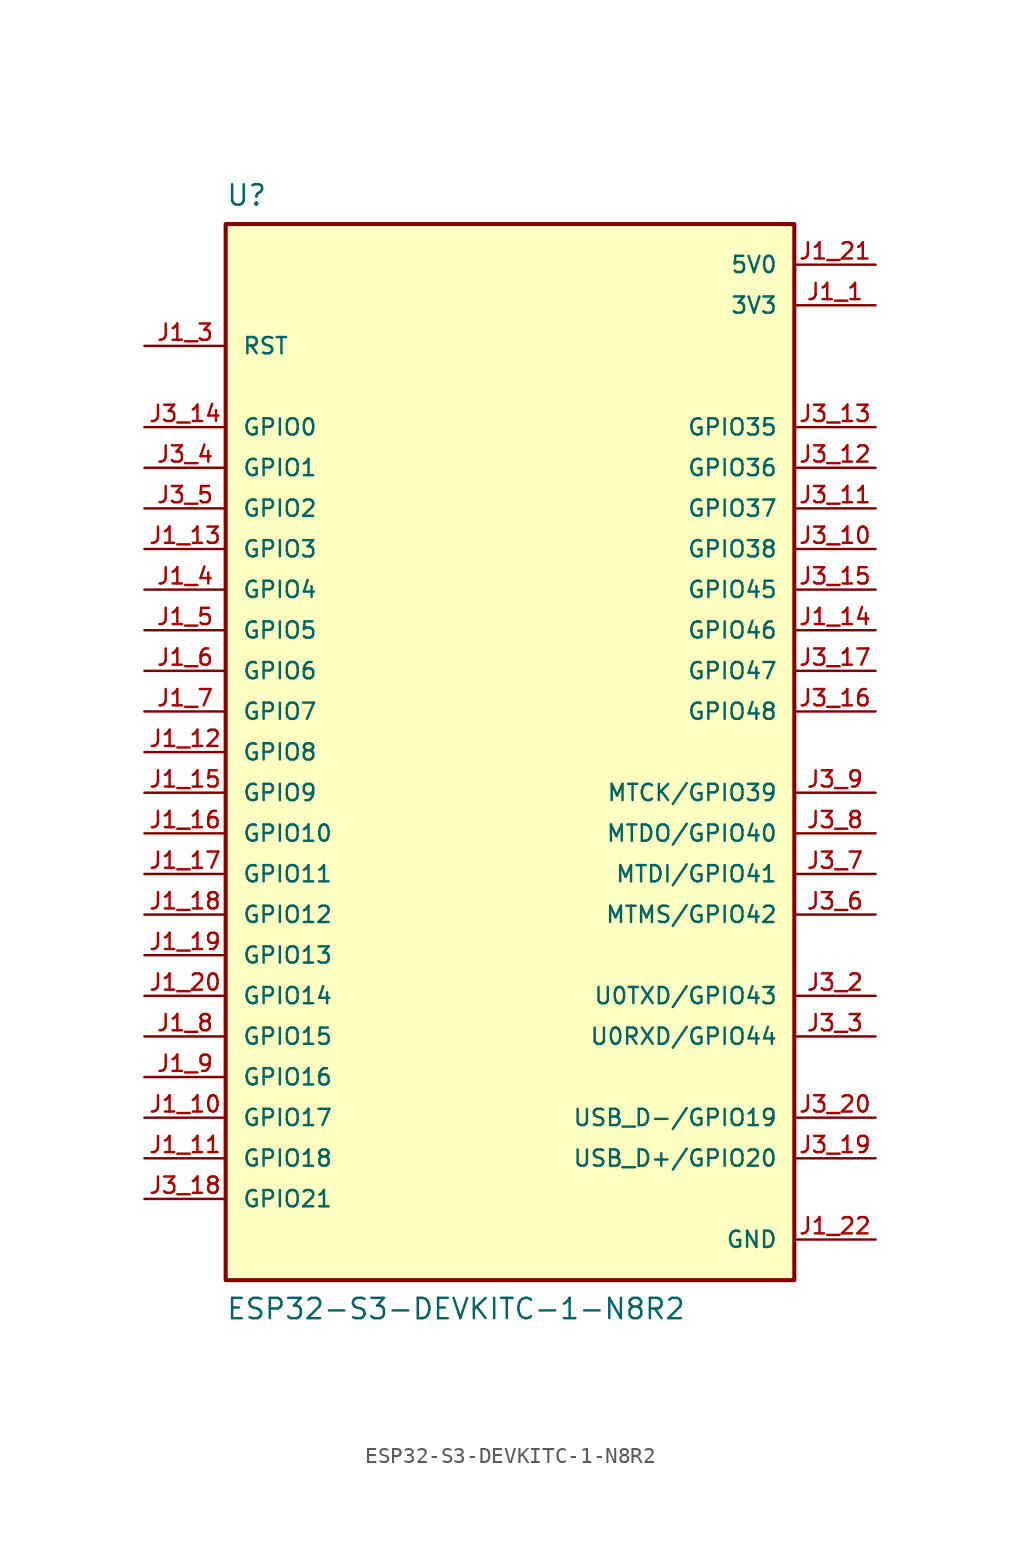
<source format=kicad_sym>
(kicad_symbol_lib
  (version 20241209)
  (generator "kicad_symbol_editor")
  (generator_version "9.0")
  (symbol "ESP32-S3-DEVKITC-1-N8R2"
    (pin_names
      (offset 1.016))
    (property "Reference" "U"
      (at -17.78 35.56 0)
      (effects (font (size 1.27 1.27)) (justify left top)))
    (property "Value" "ESP32-S3-DEVKITC-1-N8R2"
      (at -17.78 -35.56 0)
      (effects (font (size 1.27 1.27)) (justify left bottom)))
    (symbol "ESP32-S3-DEVKITC-1-N8R2_0_0"
      (rectangle (start -17.78 -33.02) (end 17.78 33.02) (stroke (width 0.254) (type default)) (fill (type background)))
      (pin input line (at -22.86 25.4 0) (length 5.08) (name "RST" (effects (font (size 1.016 1.016)))) (number "J1_3" (effects (font (size 1.016 1.016)))))
      (pin bidirectional line (at -22.86 20.32 0) (length 5.08) (name "GPIO0" (effects (font (size 1.016 1.016)))) (number "J3_14" (effects (font (size 1.016 1.016)))))
      (pin bidirectional line (at -22.86 17.78 0) (length 5.08) (name "GPIO1" (effects (font (size 1.016 1.016)))) (number "J3_4" (effects (font (size 1.016 1.016)))))
      (pin bidirectional line (at -22.86 15.24 0) (length 5.08) (name "GPIO2" (effects (font (size 1.016 1.016)))) (number "J3_5" (effects (font (size 1.016 1.016)))))
      (pin bidirectional line (at -22.86 12.7 0) (length 5.08) (name "GPIO3" (effects (font (size 1.016 1.016)))) (number "J1_13" (effects (font (size 1.016 1.016)))))
      (pin bidirectional line (at -22.86 10.16 0) (length 5.08) (name "GPIO4" (effects (font (size 1.016 1.016)))) (number "J1_4" (effects (font (size 1.016 1.016)))))
      (pin bidirectional line (at -22.86 7.62 0) (length 5.08) (name "GPIO5" (effects (font (size 1.016 1.016)))) (number "J1_5" (effects (font (size 1.016 1.016)))))
      (pin bidirectional line (at -22.86 5.08 0) (length 5.08) (name "GPIO6" (effects (font (size 1.016 1.016)))) (number "J1_6" (effects (font (size 1.016 1.016)))))
      (pin bidirectional line (at -22.86 2.54 0) (length 5.08) (name "GPIO7" (effects (font (size 1.016 1.016)))) (number "J1_7" (effects (font (size 1.016 1.016)))))
      (pin bidirectional line (at -22.86 0 0) (length 5.08) (name "GPIO8" (effects (font (size 1.016 1.016)))) (number "J1_12" (effects (font (size 1.016 1.016)))))
      (pin bidirectional line (at -22.86 -2.54 0) (length 5.08) (name "GPIO9" (effects (font (size 1.016 1.016)))) (number "J1_15" (effects (font (size 1.016 1.016)))))
      (pin bidirectional line (at -22.86 -5.08 0) (length 5.08) (name "GPIO10" (effects (font (size 1.016 1.016)))) (number "J1_16" (effects (font (size 1.016 1.016)))))
      (pin bidirectional line (at -22.86 -7.62 0) (length 5.08) (name "GPIO11" (effects (font (size 1.016 1.016)))) (number "J1_17" (effects (font (size 1.016 1.016)))))
      (pin bidirectional line (at -22.86 -10.16 0) (length 5.08) (name "GPIO12" (effects (font (size 1.016 1.016)))) (number "J1_18" (effects (font (size 1.016 1.016)))))
      (pin bidirectional line (at -22.86 -12.7 0) (length 5.08) (name "GPIO13" (effects (font (size 1.016 1.016)))) (number "J1_19" (effects (font (size 1.016 1.016)))))
      (pin bidirectional line (at -22.86 -15.24 0) (length 5.08) (name "GPIO14" (effects (font (size 1.016 1.016)))) (number "J1_20" (effects (font (size 1.016 1.016)))))
      (pin bidirectional line (at -22.86 -17.78 0) (length 5.08) (name "GPIO15" (effects (font (size 1.016 1.016)))) (number "J1_8" (effects (font (size 1.016 1.016)))))
      (pin bidirectional line (at -22.86 -20.32 0) (length 5.08) (name "GPIO16" (effects (font (size 1.016 1.016)))) (number "J1_9" (effects (font (size 1.016 1.016)))))
      (pin bidirectional line (at -22.86 -22.86 0) (length 5.08) (name "GPIO17" (effects (font (size 1.016 1.016)))) (number "J1_10" (effects (font (size 1.016 1.016)))))
      (pin bidirectional line (at -22.86 -25.4 0) (length 5.08) (name "GPIO18" (effects (font (size 1.016 1.016)))) (number "J1_11" (effects (font (size 1.016 1.016)))))
      (pin bidirectional line (at -22.86 -27.94 0) (length 5.08) (name "GPIO21" (effects (font (size 1.016 1.016)))) (number "J3_18" (effects (font (size 1.016 1.016)))))
      (pin power_in line (at 22.86 30.48 180) (length 5.08) (name "5V0" (effects (font (size 1.016 1.016)))) (number "J1_21" (effects (font (size 1.016 1.016)))))
      (pin power_in line (at 22.86 27.94 180) (length 5.08) (name "3V3" (effects (font (size 1.016 1.016)))) (number "J1_1" (effects (font (size 1.016 1.016)))))
      (pin power_in line (at 22.86 27.94 180) (length 5.08) (hide yes) (name "3V3" (effects (font (size 1.016 1.016)))) (number "J1_2" (effects (font (size 1.016 1.016)))))
      (pin bidirectional line (at 22.86 20.32 180) (length 5.08) (name "GPIO35" (effects (font (size 1.016 1.016)))) (number "J3_13" (effects (font (size 1.016 1.016)))))
      (pin bidirectional line (at 22.86 17.78 180) (length 5.08) (name "GPIO36" (effects (font (size 1.016 1.016)))) (number "J3_12" (effects (font (size 1.016 1.016)))))
      (pin bidirectional line (at 22.86 15.24 180) (length 5.08) (name "GPIO37" (effects (font (size 1.016 1.016)))) (number "J3_11" (effects (font (size 1.016 1.016)))))
      (pin bidirectional line (at 22.86 12.7 180) (length 5.08) (name "GPIO38" (effects (font (size 1.016 1.016)))) (number "J3_10" (effects (font (size 1.016 1.016)))))
      (pin bidirectional line (at 22.86 10.16 180) (length 5.08) (name "GPIO45" (effects (font (size 1.016 1.016)))) (number "J3_15" (effects (font (size 1.016 1.016)))))
      (pin bidirectional line (at 22.86 7.62 180) (length 5.08) (name "GPIO46" (effects (font (size 1.016 1.016)))) (number "J1_14" (effects (font (size 1.016 1.016)))))
      (pin bidirectional line (at 22.86 5.08 180) (length 5.08) (name "GPIO47" (effects (font (size 1.016 1.016)))) (number "J3_17" (effects (font (size 1.016 1.016)))))
      (pin bidirectional line (at 22.86 2.54 180) (length 5.08) (name "GPIO48" (effects (font (size 1.016 1.016)))) (number "J3_16" (effects (font (size 1.016 1.016)))))
      (pin bidirectional line (at 22.86 -2.54 180) (length 5.08) (name "MTCK/GPIO39" (effects (font (size 1.016 1.016)))) (number "J3_9" (effects (font (size 1.016 1.016)))))
      (pin bidirectional line (at 22.86 -5.08 180) (length 5.08) (name "MTDO/GPIO40" (effects (font (size 1.016 1.016)))) (number "J3_8" (effects (font (size 1.016 1.016)))))
      (pin bidirectional line (at 22.86 -7.62 180) (length 5.08) (name "MTDI/GPIO41" (effects (font (size 1.016 1.016)))) (number "J3_7" (effects (font (size 1.016 1.016)))))
      (pin bidirectional line (at 22.86 -10.16 180) (length 5.08) (name "MTMS/GPIO42" (effects (font (size 1.016 1.016)))) (number "J3_6" (effects (font (size 1.016 1.016)))))
      (pin bidirectional line (at 22.86 -15.24 180) (length 5.08) (name "U0TXD/GPIO43" (effects (font (size 1.016 1.016)))) (number "J3_2" (effects (font (size 1.016 1.016)))))
      (pin bidirectional line (at 22.86 -17.78 180) (length 5.08) (name "U0RXD/GPIO44" (effects (font (size 1.016 1.016)))) (number "J3_3" (effects (font (size 1.016 1.016)))))
      (pin bidirectional line (at 22.86 -22.86 180) (length 5.08) (name "USB_D-/GPIO19" (effects (font (size 1.016 1.016)))) (number "J3_20" (effects (font (size 1.016 1.016)))))
      (pin bidirectional line (at 22.86 -25.4 180) (length 5.08) (name "USB_D+/GPIO20" (effects (font (size 1.016 1.016)))) (number "J3_19" (effects (font (size 1.016 1.016)))))
      (pin power_in line (at 22.86 -30.48 180) (length 5.08) (name "GND" (effects (font (size 1.016 1.016)))) (number "J1_22" (effects (font (size 1.016 1.016)))))
      (pin power_in line (at 22.86 -30.48 180) (length 5.08) (hide yes) (name "GND" (effects (font (size 1.016 1.016)))) (number "J3_1" (effects (font (size 1.016 1.016)))))
      (pin power_in line (at 22.86 -30.48 180) (length 5.08) (hide yes) (name "GND" (effects (font (size 1.016 1.016)))) (number "J3_21" (effects (font (size 1.016 1.016)))))
      (pin power_in line (at 22.86 -30.48 180) (length 5.08) (hide yes) (name "GND" (effects (font (size 1.016 1.016)))) (number "J3_22" (effects (font (size 1.016 1.016))))))))
</source>
